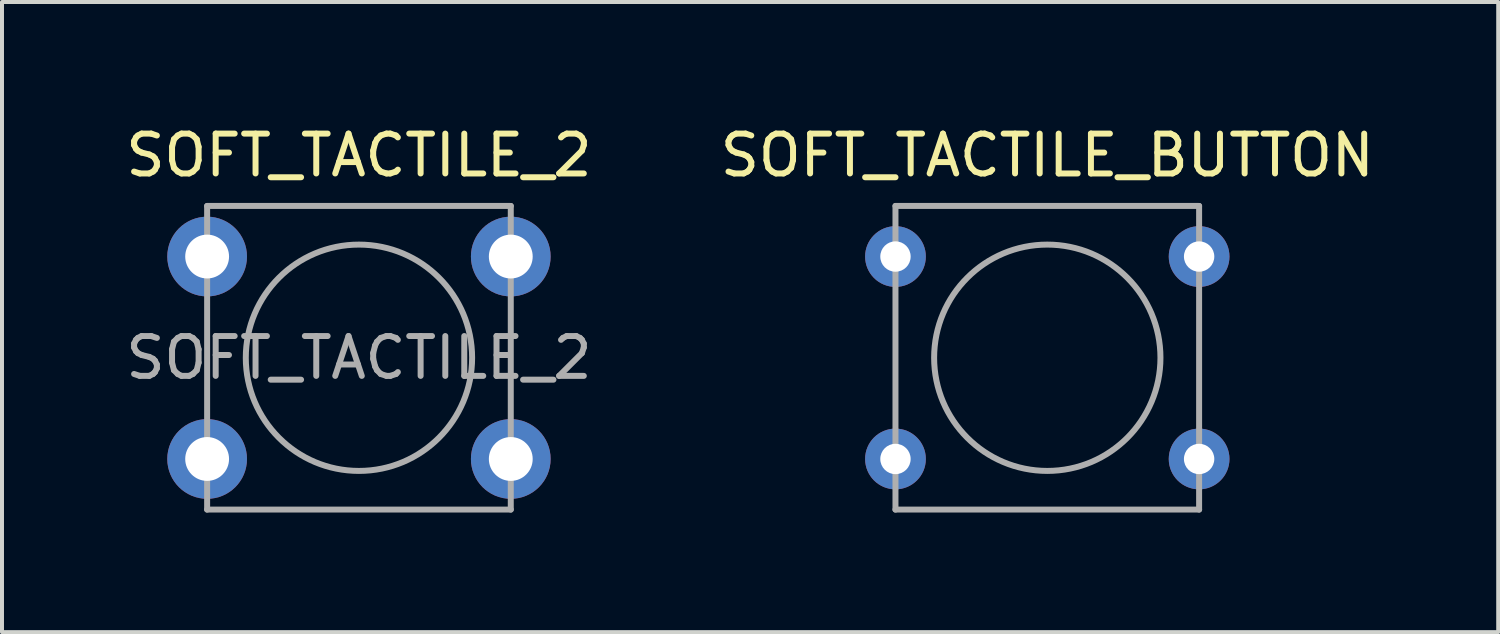
<source format=kicad_pcb>
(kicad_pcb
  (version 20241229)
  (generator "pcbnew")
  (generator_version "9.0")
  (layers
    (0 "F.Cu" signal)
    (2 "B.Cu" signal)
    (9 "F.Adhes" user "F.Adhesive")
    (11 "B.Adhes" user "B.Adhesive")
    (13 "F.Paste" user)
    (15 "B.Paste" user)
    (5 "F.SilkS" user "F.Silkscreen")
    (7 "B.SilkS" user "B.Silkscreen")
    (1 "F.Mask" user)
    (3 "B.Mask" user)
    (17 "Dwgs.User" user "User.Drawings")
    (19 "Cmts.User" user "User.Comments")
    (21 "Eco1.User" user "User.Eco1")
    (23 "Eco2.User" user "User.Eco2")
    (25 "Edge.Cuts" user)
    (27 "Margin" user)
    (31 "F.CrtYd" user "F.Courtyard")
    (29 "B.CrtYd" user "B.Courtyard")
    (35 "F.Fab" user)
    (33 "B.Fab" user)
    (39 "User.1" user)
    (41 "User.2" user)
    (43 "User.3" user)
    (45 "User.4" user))
  (footprint "SOFT_TACTILE_2"
    (layer "F.Cu")
    (at 5.958 5.928)
    (property "Reference" "SOFT_TACTILE_2" (at 0 -5.08 0) (layer "F.SilkS") (effects (font (size 1 1) (thickness 0.15))))
    (attr through_hole)
    (fp_line (start -3.81 -3.81) (end 3.81 -3.81) (stroke (width 0.15) (type solid)) (layer "F.Fab"))
    (fp_line (start -3.81 3.81) (end -3.81 -3.81) (stroke (width 0.15) (type solid)) (layer "F.Fab"))
    (fp_line (start 3.81 -3.81) (end 3.81 3.81) (stroke (width 0.15) (type solid)) (layer "F.Fab"))
    (fp_line (start 3.81 3.81) (end -3.81 3.81) (stroke (width 0.15) (type solid)) (layer "F.Fab"))
    (fp_circle (center 0 0) (end 2.54 -1.27) (stroke (width 0.15) (type solid)) (fill no) (layer "F.Fab"))
    (fp_text user "${REFERENCE}" (at 0 0 0) (layer "F.Fab") (effects (font (size 1 1) (thickness 0.15))))
    (pad "1" thru_hole circle (at -3.81 -2.54 90) (size 2 2) (drill 1.1) (layers "*.Cu" "*.Mask"))
    (pad "1" thru_hole circle (at 3.81 -2.54 90) (size 2 2) (drill 1.1) (layers "*.Cu" "*.Mask"))
    (pad "2" thru_hole circle (at -3.81 2.54 90) (size 2 2) (drill 1.1) (layers "*.Cu" "*.Mask"))
    (pad "2" thru_hole circle (at 3.81 2.54 90) (size 2 2) (drill 1.1) (layers "*.Cu" "*.Mask")))
  (footprint "SOFT_TACTILE_BUTTON"
    (layer "F.Cu")
    (at 23.232 5.928)
    (property "Reference" "SOFT_TACTILE_BUTTON" (at 0 -5.08 0) (layer "F.SilkS") (effects (font (size 1 1) (thickness 0.15))))
    (attr through_hole)
    (fp_line (start -3.81 -3.81) (end -3.81 3.81) (stroke (width 0.15) (type solid)) (layer "F.Fab"))
    (fp_line (start -3.81 3.81) (end 3.81 3.81) (stroke (width 0.15) (type solid)) (layer "F.Fab"))
    (fp_line (start 3.81 -3.81) (end -3.81 -3.81) (stroke (width 0.15) (type solid)) (layer "F.Fab"))
    (fp_line (start 3.81 3.81) (end 3.81 -3.81) (stroke (width 0.15) (type solid)) (layer "F.Fab"))
    (fp_circle (center 0 0) (end -1.27 2.54) (stroke (width 0.15) (type solid)) (fill no) (layer "F.Fab"))
    (pad "1" thru_hole circle (at -3.81 2.54) (size 1.524 1.524) (drill 0.762) (layers "*.Cu" "*.Mask"))
    (pad "2" thru_hole circle (at 3.81 2.54) (size 1.524 1.524) (drill 0.762) (layers "*.Cu" "*.Mask"))
    (pad "3" thru_hole circle (at 3.81 -2.54) (size 1.524 1.524) (drill 0.762) (layers "*.Cu" "*.Mask"))
    (pad "4" thru_hole circle (at -3.81 -2.54) (size 1.524 1.524) (drill 0.762) (layers "*.Cu" "*.Mask")))
  (gr_rect
    (start -3 -3)
    (end 34.548 12.813)
    (stroke (width 0.1) (type default))
    (fill no)
    (layer "Edge.Cuts")))
</source>
